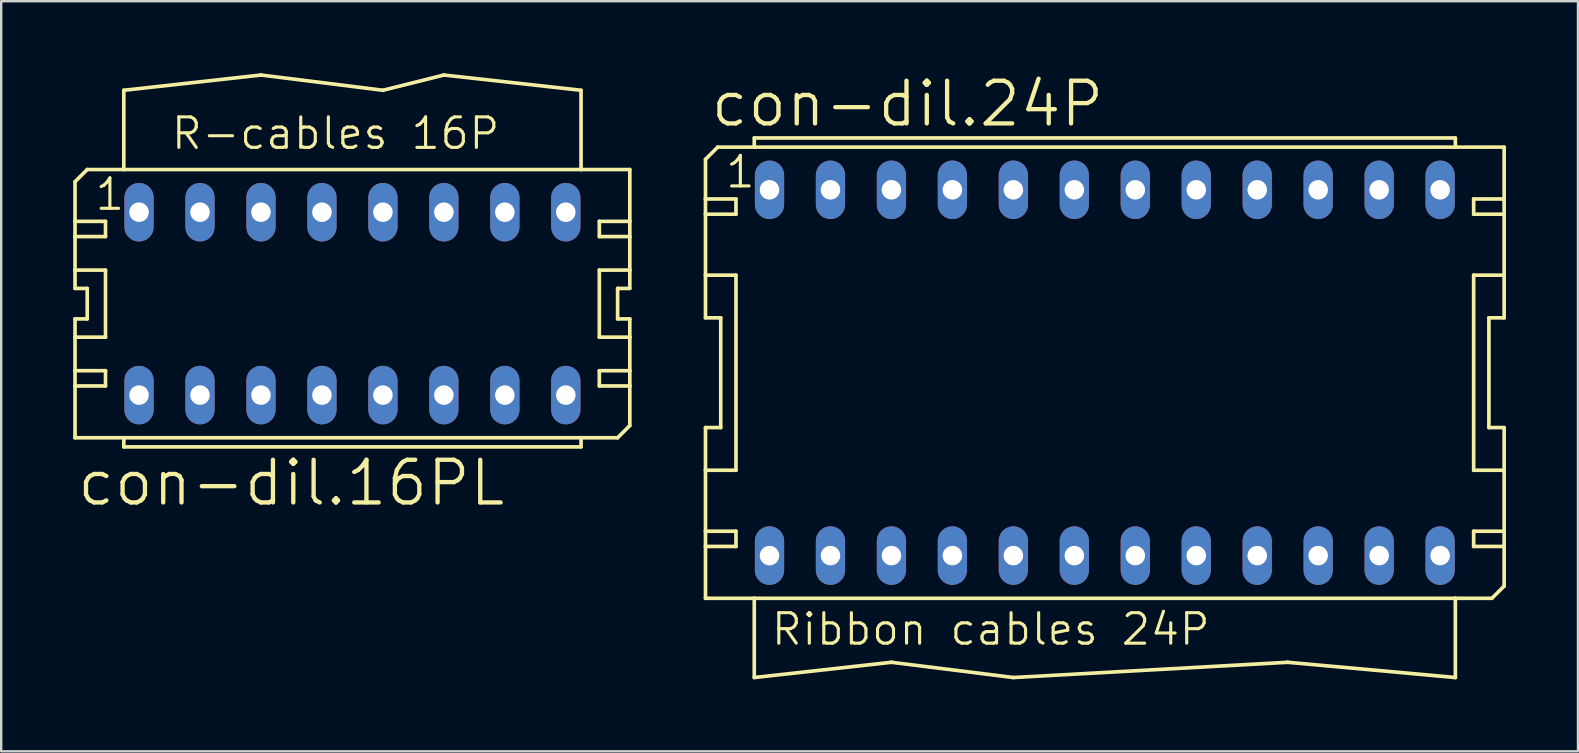
<source format=kicad_pcb>
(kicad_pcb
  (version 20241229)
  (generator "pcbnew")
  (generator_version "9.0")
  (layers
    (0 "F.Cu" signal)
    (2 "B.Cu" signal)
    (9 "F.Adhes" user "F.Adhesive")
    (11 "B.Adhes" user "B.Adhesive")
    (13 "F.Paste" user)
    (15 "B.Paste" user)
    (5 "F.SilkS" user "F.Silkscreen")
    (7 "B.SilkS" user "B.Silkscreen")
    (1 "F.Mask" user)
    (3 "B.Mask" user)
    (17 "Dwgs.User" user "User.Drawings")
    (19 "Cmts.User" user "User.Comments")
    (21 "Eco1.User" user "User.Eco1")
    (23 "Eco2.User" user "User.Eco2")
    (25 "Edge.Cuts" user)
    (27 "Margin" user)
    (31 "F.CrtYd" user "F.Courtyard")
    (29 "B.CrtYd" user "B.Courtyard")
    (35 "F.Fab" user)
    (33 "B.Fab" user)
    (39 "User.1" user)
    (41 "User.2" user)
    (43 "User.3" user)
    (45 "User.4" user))
  (footprint "con-dil.16PL"
    (layer "F.Cu")
    (at 11.633 9.601)
    (property "Reference" "con-dil.16PL" (at -11.557 8.509 0) (layer "F.SilkS") (effects (font (size 1.778 1.778) (thickness 0.18)) (justify left bottom)))
    (attr through_hole)
    (fp_line (start -11.557 -5.08) (end -11.557 -3.429) (stroke (width 0.152) (type default)) (layer "F.SilkS"))
    (fp_line (start -11.557 -3.429) (end -10.287 -3.429) (stroke (width 0.152) (type default)) (layer "F.SilkS"))
    (fp_line (start -11.557 -2.794) (end -11.557 -3.429) (stroke (width 0.152) (type default)) (layer "F.SilkS"))
    (fp_line (start -11.557 -2.794) (end -11.557 -1.397) (stroke (width 0.152) (type default)) (layer "F.SilkS"))
    (fp_line (start -11.557 -2.794) (end -10.287 -2.794) (stroke (width 0.152) (type default)) (layer "F.SilkS"))
    (fp_line (start -11.557 -1.397) (end -11.557 -0.635) (stroke (width 0.152) (type default)) (layer "F.SilkS"))
    (fp_line (start -11.557 -1.397) (end -10.287 -1.397) (stroke (width 0.152) (type default)) (layer "F.SilkS"))
    (fp_line (start -11.557 -0.635) (end -11.049 -0.635) (stroke (width 0.152) (type default)) (layer "F.SilkS"))
    (fp_line (start -11.557 0.635) (end -11.557 1.397) (stroke (width 0.152) (type default)) (layer "F.SilkS"))
    (fp_line (start -11.557 1.397) (end -11.557 2.794) (stroke (width 0.152) (type default)) (layer "F.SilkS"))
    (fp_line (start -11.557 2.794) (end -11.557 3.429) (stroke (width 0.152) (type default)) (layer "F.SilkS"))
    (fp_line (start -11.557 2.794) (end -10.287 2.794) (stroke (width 0.152) (type default)) (layer "F.SilkS"))
    (fp_line (start -11.557 3.429) (end -11.557 5.588) (stroke (width 0.152) (type default)) (layer "F.SilkS"))
    (fp_line (start -11.049 -5.588) (end -11.557 -5.08) (stroke (width 0.152) (type default)) (layer "F.SilkS"))
    (fp_line (start -11.049 -5.588) (end -9.525 -5.588) (stroke (width 0.152) (type default)) (layer "F.SilkS"))
    (fp_line (start -11.049 0.635) (end -11.557 0.635) (stroke (width 0.152) (type default)) (layer "F.SilkS"))
    (fp_line (start -11.049 0.635) (end -11.049 -0.635) (stroke (width 0.152) (type default)) (layer "F.SilkS"))
    (fp_line (start -10.287 -2.794) (end -10.287 -3.429) (stroke (width 0.152) (type default)) (layer "F.SilkS"))
    (fp_line (start -10.287 1.397) (end -11.557 1.397) (stroke (width 0.152) (type default)) (layer "F.SilkS"))
    (fp_line (start -10.287 1.397) (end -10.287 -1.397) (stroke (width 0.152) (type default)) (layer "F.SilkS"))
    (fp_line (start -10.287 3.429) (end -11.557 3.429) (stroke (width 0.152) (type default)) (layer "F.SilkS"))
    (fp_line (start -10.287 3.429) (end -10.287 2.794) (stroke (width 0.152) (type default)) (layer "F.SilkS"))
    (fp_line (start -9.525 -8.89) (end -9.525 -5.588) (stroke (width 0.152) (type default)) (layer "F.SilkS"))
    (fp_line (start -9.525 -8.89) (end -3.81 -9.525) (stroke (width 0.152) (type default)) (layer "F.SilkS"))
    (fp_line (start -9.525 -5.588) (end 9.525 -5.588) (stroke (width 0.152) (type default)) (layer "F.SilkS"))
    (fp_line (start -9.525 5.588) (end -11.557 5.588) (stroke (width 0.152) (type default)) (layer "F.SilkS"))
    (fp_line (start -9.525 5.969) (end -9.525 5.588) (stroke (width 0.152) (type default)) (layer "F.SilkS"))
    (fp_line (start -9.525 5.969) (end 9.525 5.969) (stroke (width 0.152) (type default)) (layer "F.SilkS"))
    (fp_line (start -3.81 -9.525) (end 1.27 -8.89) (stroke (width 0.152) (type default)) (layer "F.SilkS"))
    (fp_line (start 1.27 -8.89) (end 3.81 -9.525) (stroke (width 0.152) (type default)) (layer "F.SilkS"))
    (fp_line (start 3.81 -9.525) (end 9.525 -8.89) (stroke (width 0.152) (type default)) (layer "F.SilkS"))
    (fp_line (start 9.525 -5.588) (end 9.525 -8.89) (stroke (width 0.152) (type default)) (layer "F.SilkS"))
    (fp_line (start 9.525 -5.588) (end 11.557 -5.588) (stroke (width 0.152) (type default)) (layer "F.SilkS"))
    (fp_line (start 9.525 5.588) (end -9.525 5.588) (stroke (width 0.152) (type default)) (layer "F.SilkS"))
    (fp_line (start 9.525 5.588) (end 9.525 5.969) (stroke (width 0.152) (type default)) (layer "F.SilkS"))
    (fp_line (start 10.287 -3.429) (end 10.287 -2.794) (stroke (width 0.152) (type default)) (layer "F.SilkS"))
    (fp_line (start 10.287 -3.429) (end 11.557 -3.429) (stroke (width 0.152) (type default)) (layer "F.SilkS"))
    (fp_line (start 10.287 -1.397) (end 10.287 1.397) (stroke (width 0.152) (type default)) (layer "F.SilkS"))
    (fp_line (start 10.287 -1.397) (end 11.557 -1.397) (stroke (width 0.152) (type default)) (layer "F.SilkS"))
    (fp_line (start 10.287 2.794) (end 10.287 3.429) (stroke (width 0.152) (type default)) (layer "F.SilkS"))
    (fp_line (start 10.287 2.794) (end 11.557 2.794) (stroke (width 0.152) (type default)) (layer "F.SilkS"))
    (fp_line (start 11.049 -0.635) (end 11.049 0.635) (stroke (width 0.152) (type default)) (layer "F.SilkS"))
    (fp_line (start 11.049 -0.635) (end 11.557 -0.635) (stroke (width 0.152) (type default)) (layer "F.SilkS"))
    (fp_line (start 11.049 5.588) (end 9.525 5.588) (stroke (width 0.152) (type default)) (layer "F.SilkS"))
    (fp_line (start 11.557 -5.588) (end 11.557 -3.429) (stroke (width 0.152) (type default)) (layer "F.SilkS"))
    (fp_line (start 11.557 -3.429) (end 11.557 -2.794) (stroke (width 0.152) (type default)) (layer "F.SilkS"))
    (fp_line (start 11.557 -2.794) (end 10.287 -2.794) (stroke (width 0.152) (type default)) (layer "F.SilkS"))
    (fp_line (start 11.557 -2.794) (end 11.557 -1.397) (stroke (width 0.152) (type default)) (layer "F.SilkS"))
    (fp_line (start 11.557 -1.397) (end 11.557 -0.635) (stroke (width 0.152) (type default)) (layer "F.SilkS"))
    (fp_line (start 11.557 0.635) (end 11.049 0.635) (stroke (width 0.152) (type default)) (layer "F.SilkS"))
    (fp_line (start 11.557 0.635) (end 11.557 1.397) (stroke (width 0.152) (type default)) (layer "F.SilkS"))
    (fp_line (start 11.557 1.397) (end 10.287 1.397) (stroke (width 0.152) (type default)) (layer "F.SilkS"))
    (fp_line (start 11.557 1.397) (end 11.557 2.794) (stroke (width 0.152) (type default)) (layer "F.SilkS"))
    (fp_line (start 11.557 2.794) (end 11.557 3.429) (stroke (width 0.152) (type default)) (layer "F.SilkS"))
    (fp_line (start 11.557 3.429) (end 10.287 3.429) (stroke (width 0.152) (type default)) (layer "F.SilkS"))
    (fp_line (start 11.557 3.429) (end 11.557 5.08) (stroke (width 0.152) (type default)) (layer "F.SilkS"))
    (fp_line (start 11.557 5.08) (end 11.049 5.588) (stroke (width 0.152) (type default)) (layer "F.SilkS"))
    (fp_text user "1" (at -10.795 -3.81 0) (layer "F.SilkS") (effects (font (size 1.27 1.27) (thickness 0.13)) (justify left bottom)))
    (fp_text user "R-cables 16P" (at -7.62 -6.35 0) (layer "F.SilkS") (effects (font (size 1.27 1.27) (thickness 0.13)) (justify left bottom)))
    (pad "1" thru_hole oval (at -8.89 -3.81 90) (size 2.438 1.219) (drill 0.813) (layers "*.Cu" "*.Mask"))
    (pad "2" thru_hole oval (at -8.89 3.81 90) (size 2.438 1.219) (drill 0.813) (layers "*.Cu" "*.Mask"))
    (pad "3" thru_hole oval (at -6.35 -3.81 90) (size 2.438 1.219) (drill 0.813) (layers "*.Cu" "*.Mask"))
    (pad "4" thru_hole oval (at -6.35 3.81 90) (size 2.438 1.219) (drill 0.813) (layers "*.Cu" "*.Mask"))
    (pad "5" thru_hole oval (at -3.81 -3.81 90) (size 2.438 1.219) (drill 0.813) (layers "*.Cu" "*.Mask"))
    (pad "6" thru_hole oval (at -3.81 3.81 90) (size 2.438 1.219) (drill 0.813) (layers "*.Cu" "*.Mask"))
    (pad "7" thru_hole oval (at -1.27 -3.81 90) (size 2.438 1.219) (drill 0.813) (layers "*.Cu" "*.Mask"))
    (pad "8" thru_hole oval (at -1.27 3.81 90) (size 2.438 1.219) (drill 0.813) (layers "*.Cu" "*.Mask"))
    (pad "9" thru_hole oval (at 1.27 -3.81 90) (size 2.438 1.219) (drill 0.813) (layers "*.Cu" "*.Mask"))
    (pad "10" thru_hole oval (at 1.27 3.81 90) (size 2.438 1.219) (drill 0.813) (layers "*.Cu" "*.Mask"))
    (pad "11" thru_hole oval (at 3.81 -3.81 90) (size 2.438 1.219) (drill 0.813) (layers "*.Cu" "*.Mask"))
    (pad "12" thru_hole oval (at 3.81 3.81 90) (size 2.438 1.219) (drill 0.813) (layers "*.Cu" "*.Mask"))
    (pad "13" thru_hole oval (at 6.35 -3.81 90) (size 2.438 1.219) (drill 0.813) (layers "*.Cu" "*.Mask"))
    (pad "14" thru_hole oval (at 6.35 3.81 90) (size 2.438 1.219) (drill 0.813) (layers "*.Cu" "*.Mask"))
    (pad "15" thru_hole oval (at 8.89 -3.81 90) (size 2.438 1.219) (drill 0.813) (layers "*.Cu" "*.Mask"))
    (pad "16" thru_hole oval (at 8.89 3.81 90) (size 2.438 1.219) (drill 0.813) (layers "*.Cu" "*.Mask")))
  (footprint "con-dil.24P"
    (layer "F.Cu")
    (at 42.98 12.478)
    (property "Reference" "con-dil.24P" (at -16.51 -10.16 0) (layer "F.SilkS") (effects (font (size 1.778 1.778) (thickness 0.18)) (justify left bottom)))
    (attr through_hole)
    (fp_line (start -16.637 -8.89) (end -16.637 -7.239) (stroke (width 0.152) (type default)) (layer "F.SilkS"))
    (fp_line (start -16.637 -7.239) (end -15.367 -7.239) (stroke (width 0.152) (type default)) (layer "F.SilkS"))
    (fp_line (start -16.637 -6.604) (end -16.637 -7.239) (stroke (width 0.152) (type default)) (layer "F.SilkS"))
    (fp_line (start -16.637 -6.604) (end -16.637 -4.064) (stroke (width 0.152) (type default)) (layer "F.SilkS"))
    (fp_line (start -16.637 -6.604) (end -15.367 -6.604) (stroke (width 0.152) (type default)) (layer "F.SilkS"))
    (fp_line (start -16.637 -4.064) (end -16.637 -2.286) (stroke (width 0.152) (type default)) (layer "F.SilkS"))
    (fp_line (start -16.637 -4.064) (end -15.367 -4.064) (stroke (width 0.152) (type default)) (layer "F.SilkS"))
    (fp_line (start -16.637 -2.286) (end -16.002 -2.286) (stroke (width 0.152) (type default)) (layer "F.SilkS"))
    (fp_line (start -16.637 2.286) (end -16.637 4.064) (stroke (width 0.152) (type default)) (layer "F.SilkS"))
    (fp_line (start -16.637 4.064) (end -16.637 6.604) (stroke (width 0.152) (type default)) (layer "F.SilkS"))
    (fp_line (start -16.637 6.604) (end -16.637 7.239) (stroke (width 0.152) (type default)) (layer "F.SilkS"))
    (fp_line (start -16.637 6.604) (end -15.367 6.604) (stroke (width 0.152) (type default)) (layer "F.SilkS"))
    (fp_line (start -16.637 7.239) (end -16.637 9.398) (stroke (width 0.152) (type default)) (layer "F.SilkS"))
    (fp_line (start -16.129 -9.398) (end -16.637 -8.89) (stroke (width 0.152) (type default)) (layer "F.SilkS"))
    (fp_line (start -16.129 -9.398) (end -14.605 -9.398) (stroke (width 0.152) (type default)) (layer "F.SilkS"))
    (fp_line (start -16.002 2.286) (end -16.637 2.286) (stroke (width 0.152) (type default)) (layer "F.SilkS"))
    (fp_line (start -16.002 2.286) (end -16.002 -2.286) (stroke (width 0.152) (type default)) (layer "F.SilkS"))
    (fp_line (start -15.367 -6.604) (end -15.367 -7.239) (stroke (width 0.152) (type default)) (layer "F.SilkS"))
    (fp_line (start -15.367 4.064) (end -16.637 4.064) (stroke (width 0.152) (type default)) (layer "F.SilkS"))
    (fp_line (start -15.367 4.064) (end -15.367 -4.064) (stroke (width 0.152) (type default)) (layer "F.SilkS"))
    (fp_line (start -15.367 7.239) (end -16.637 7.239) (stroke (width 0.152) (type default)) (layer "F.SilkS"))
    (fp_line (start -15.367 7.239) (end -15.367 6.604) (stroke (width 0.152) (type default)) (layer "F.SilkS"))
    (fp_line (start -14.605 -9.779) (end 14.605 -9.779) (stroke (width 0.152) (type default)) (layer "F.SilkS"))
    (fp_line (start -14.605 -9.398) (end -14.605 -9.779) (stroke (width 0.152) (type default)) (layer "F.SilkS"))
    (fp_line (start -14.605 -9.398) (end 14.605 -9.398) (stroke (width 0.152) (type default)) (layer "F.SilkS"))
    (fp_line (start -14.605 9.398) (end -16.637 9.398) (stroke (width 0.152) (type default)) (layer "F.SilkS"))
    (fp_line (start -14.605 9.398) (end -14.605 12.7) (stroke (width 0.152) (type default)) (layer "F.SilkS"))
    (fp_line (start -14.605 12.7) (end -8.89 12.065) (stroke (width 0.152) (type default)) (layer "F.SilkS"))
    (fp_line (start -8.89 12.065) (end -3.81 12.7) (stroke (width 0.152) (type default)) (layer "F.SilkS"))
    (fp_line (start -3.81 12.7) (end 7.62 12.065) (stroke (width 0.152) (type default)) (layer "F.SilkS"))
    (fp_line (start 7.62 12.065) (end 14.605 12.7) (stroke (width 0.152) (type default)) (layer "F.SilkS"))
    (fp_line (start 14.605 -9.779) (end 14.605 -9.398) (stroke (width 0.152) (type default)) (layer "F.SilkS"))
    (fp_line (start 14.605 -9.398) (end 16.637 -9.398) (stroke (width 0.152) (type default)) (layer "F.SilkS"))
    (fp_line (start 14.605 9.398) (end -14.605 9.398) (stroke (width 0.152) (type default)) (layer "F.SilkS"))
    (fp_line (start 14.605 12.7) (end 14.605 9.398) (stroke (width 0.152) (type default)) (layer "F.SilkS"))
    (fp_line (start 15.367 -7.239) (end 15.367 -6.604) (stroke (width 0.152) (type default)) (layer "F.SilkS"))
    (fp_line (start 15.367 -7.239) (end 16.637 -7.239) (stroke (width 0.152) (type default)) (layer "F.SilkS"))
    (fp_line (start 15.367 -4.064) (end 15.367 4.064) (stroke (width 0.152) (type default)) (layer "F.SilkS"))
    (fp_line (start 15.367 -4.064) (end 16.637 -4.064) (stroke (width 0.152) (type default)) (layer "F.SilkS"))
    (fp_line (start 15.367 6.604) (end 15.367 7.239) (stroke (width 0.152) (type default)) (layer "F.SilkS"))
    (fp_line (start 15.367 6.604) (end 16.637 6.604) (stroke (width 0.152) (type default)) (layer "F.SilkS"))
    (fp_line (start 16.002 -2.286) (end 16.002 2.286) (stroke (width 0.152) (type default)) (layer "F.SilkS"))
    (fp_line (start 16.002 -2.286) (end 16.637 -2.286) (stroke (width 0.152) (type default)) (layer "F.SilkS"))
    (fp_line (start 16.129 9.398) (end 14.605 9.398) (stroke (width 0.152) (type default)) (layer "F.SilkS"))
    (fp_line (start 16.637 -9.398) (end 16.637 -7.239) (stroke (width 0.152) (type default)) (layer "F.SilkS"))
    (fp_line (start 16.637 -7.239) (end 16.637 -6.604) (stroke (width 0.152) (type default)) (layer "F.SilkS"))
    (fp_line (start 16.637 -6.604) (end 15.367 -6.604) (stroke (width 0.152) (type default)) (layer "F.SilkS"))
    (fp_line (start 16.637 -6.604) (end 16.637 -4.064) (stroke (width 0.152) (type default)) (layer "F.SilkS"))
    (fp_line (start 16.637 -4.064) (end 16.637 -2.286) (stroke (width 0.152) (type default)) (layer "F.SilkS"))
    (fp_line (start 16.637 2.286) (end 16.002 2.286) (stroke (width 0.152) (type default)) (layer "F.SilkS"))
    (fp_line (start 16.637 2.286) (end 16.637 4.064) (stroke (width 0.152) (type default)) (layer "F.SilkS"))
    (fp_line (start 16.637 4.064) (end 15.367 4.064) (stroke (width 0.152) (type default)) (layer "F.SilkS"))
    (fp_line (start 16.637 4.064) (end 16.637 6.604) (stroke (width 0.152) (type default)) (layer "F.SilkS"))
    (fp_line (start 16.637 6.604) (end 16.637 7.239) (stroke (width 0.152) (type default)) (layer "F.SilkS"))
    (fp_line (start 16.637 7.239) (end 15.367 7.239) (stroke (width 0.152) (type default)) (layer "F.SilkS"))
    (fp_line (start 16.637 7.239) (end 16.637 8.89) (stroke (width 0.152) (type default)) (layer "F.SilkS"))
    (fp_line (start 16.637 8.89) (end 16.129 9.398) (stroke (width 0.152) (type default)) (layer "F.SilkS"))
    (fp_text user "1" (at -15.875 -7.62 0) (layer "F.SilkS") (effects (font (size 1.27 1.27) (thickness 0.13)) (justify left bottom)))
    (fp_text user "Ribbon cables 24P" (at -13.97 11.43 0) (layer "F.SilkS") (effects (font (size 1.27 1.27) (thickness 0.13)) (justify left bottom)))
    (pad "1" thru_hole oval (at -13.97 -7.62 90) (size 2.438 1.219) (drill 0.813) (layers "*.Cu" "*.Mask"))
    (pad "2" thru_hole oval (at -13.97 7.62 90) (size 2.438 1.219) (drill 0.813) (layers "*.Cu" "*.Mask"))
    (pad "3" thru_hole oval (at -11.43 -7.62 90) (size 2.438 1.219) (drill 0.813) (layers "*.Cu" "*.Mask"))
    (pad "4" thru_hole oval (at -11.43 7.62 90) (size 2.438 1.219) (drill 0.813) (layers "*.Cu" "*.Mask"))
    (pad "5" thru_hole oval (at -8.89 -7.62 90) (size 2.438 1.219) (drill 0.813) (layers "*.Cu" "*.Mask"))
    (pad "6" thru_hole oval (at -8.89 7.62 90) (size 2.438 1.219) (drill 0.813) (layers "*.Cu" "*.Mask"))
    (pad "7" thru_hole oval (at -6.35 -7.62 90) (size 2.438 1.219) (drill 0.813) (layers "*.Cu" "*.Mask"))
    (pad "8" thru_hole oval (at -6.35 7.62 90) (size 2.438 1.219) (drill 0.813) (layers "*.Cu" "*.Mask"))
    (pad "9" thru_hole oval (at -3.81 -7.62 90) (size 2.438 1.219) (drill 0.813) (layers "*.Cu" "*.Mask"))
    (pad "10" thru_hole oval (at -3.81 7.62 90) (size 2.438 1.219) (drill 0.813) (layers "*.Cu" "*.Mask"))
    (pad "11" thru_hole oval (at -1.27 -7.62 90) (size 2.438 1.219) (drill 0.813) (layers "*.Cu" "*.Mask"))
    (pad "12" thru_hole oval (at -1.27 7.62 90) (size 2.438 1.219) (drill 0.813) (layers "*.Cu" "*.Mask"))
    (pad "13" thru_hole oval (at 1.27 -7.62 90) (size 2.438 1.219) (drill 0.813) (layers "*.Cu" "*.Mask"))
    (pad "14" thru_hole oval (at 1.27 7.62 90) (size 2.438 1.219) (drill 0.813) (layers "*.Cu" "*.Mask"))
    (pad "15" thru_hole oval (at 3.81 -7.62 90) (size 2.438 1.219) (drill 0.813) (layers "*.Cu" "*.Mask"))
    (pad "16" thru_hole oval (at 3.81 7.62 90) (size 2.438 1.219) (drill 0.813) (layers "*.Cu" "*.Mask"))
    (pad "17" thru_hole oval (at 6.35 -7.62 90) (size 2.438 1.219) (drill 0.813) (layers "*.Cu" "*.Mask"))
    (pad "18" thru_hole oval (at 6.35 7.62 90) (size 2.438 1.219) (drill 0.813) (layers "*.Cu" "*.Mask"))
    (pad "19" thru_hole oval (at 8.89 -7.62 90) (size 2.438 1.219) (drill 0.813) (layers "*.Cu" "*.Mask"))
    (pad "20" thru_hole oval (at 8.89 7.62 90) (size 2.438 1.219) (drill 0.813) (layers "*.Cu" "*.Mask"))
    (pad "21" thru_hole oval (at 11.43 -7.62 90) (size 2.438 1.219) (drill 0.813) (layers "*.Cu" "*.Mask"))
    (pad "22" thru_hole oval (at 11.43 7.62 90) (size 2.438 1.219) (drill 0.813) (layers "*.Cu" "*.Mask"))
    (pad "23" thru_hole oval (at 13.97 -7.62 90) (size 2.438 1.219) (drill 0.813) (layers "*.Cu" "*.Mask"))
    (pad "24" thru_hole oval (at 13.97 7.62 90) (size 2.438 1.219) (drill 0.813) (layers "*.Cu" "*.Mask")))
  (gr_rect
    (start -3 -3)
    (end 62.693 28.254)
    (stroke (width 0.1) (type default))
    (fill no)
    (layer "Edge.Cuts")))
</source>
